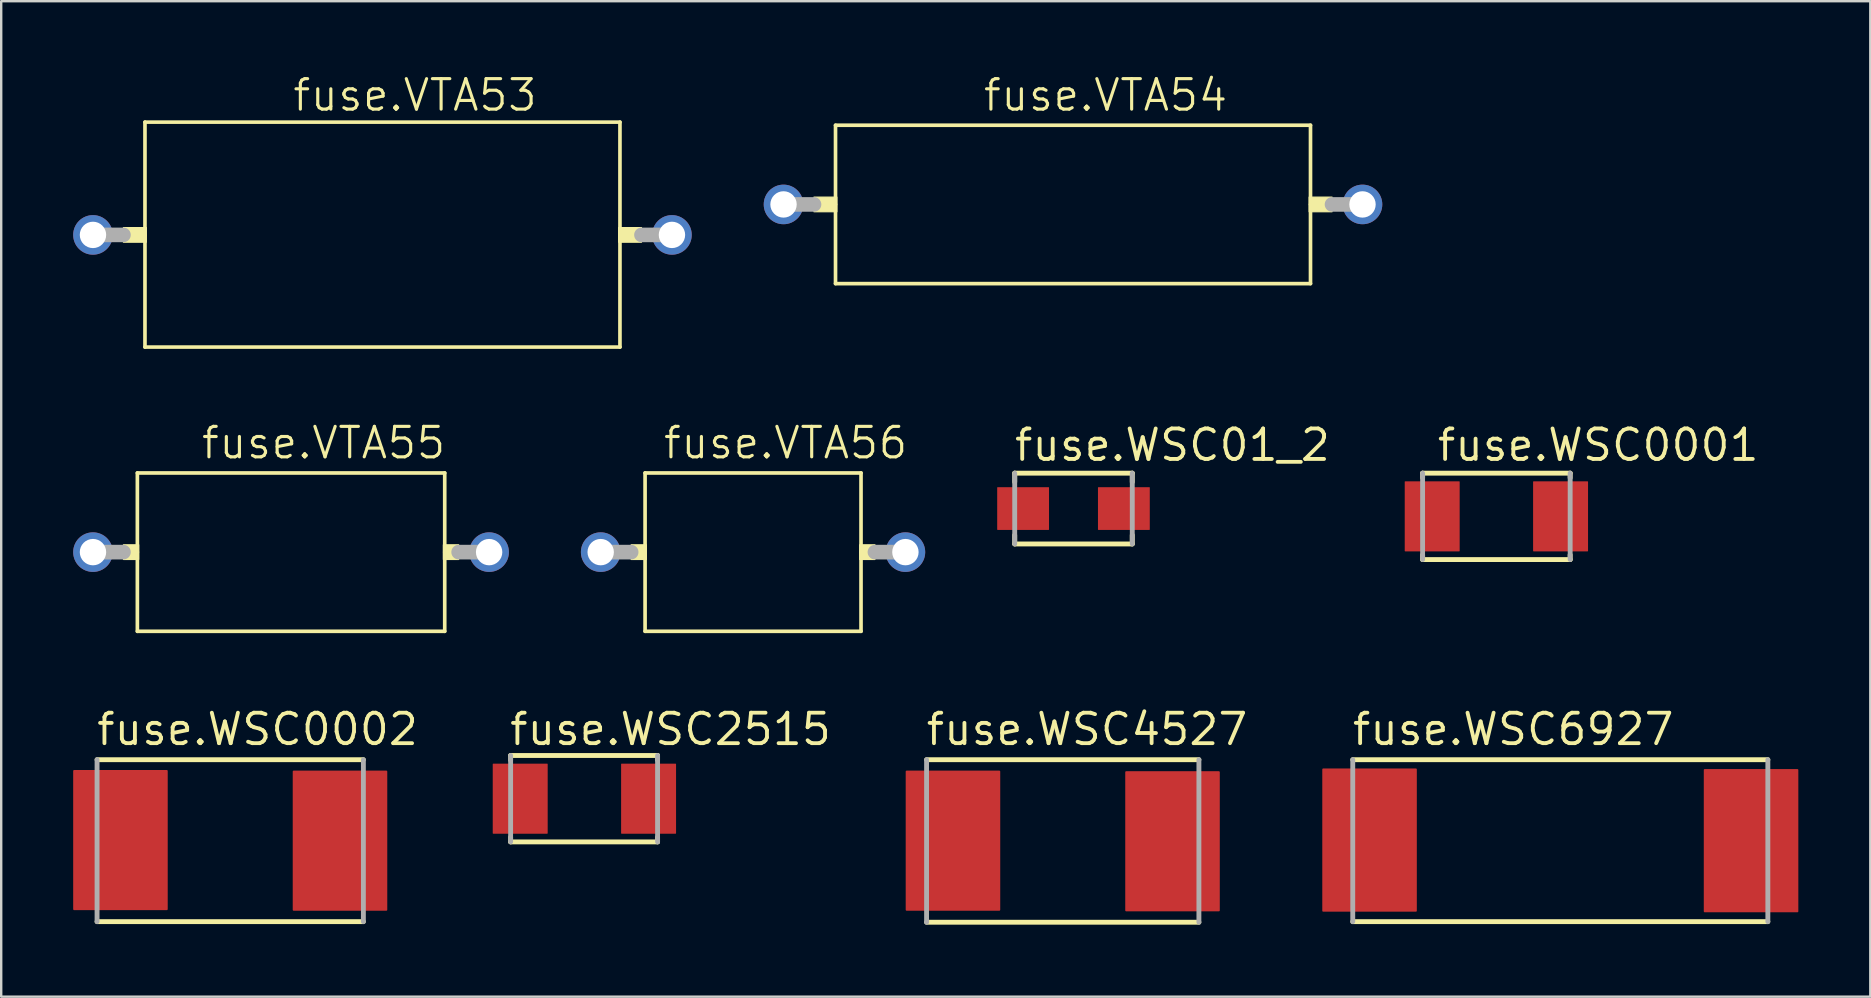
<source format=kicad_pcb>
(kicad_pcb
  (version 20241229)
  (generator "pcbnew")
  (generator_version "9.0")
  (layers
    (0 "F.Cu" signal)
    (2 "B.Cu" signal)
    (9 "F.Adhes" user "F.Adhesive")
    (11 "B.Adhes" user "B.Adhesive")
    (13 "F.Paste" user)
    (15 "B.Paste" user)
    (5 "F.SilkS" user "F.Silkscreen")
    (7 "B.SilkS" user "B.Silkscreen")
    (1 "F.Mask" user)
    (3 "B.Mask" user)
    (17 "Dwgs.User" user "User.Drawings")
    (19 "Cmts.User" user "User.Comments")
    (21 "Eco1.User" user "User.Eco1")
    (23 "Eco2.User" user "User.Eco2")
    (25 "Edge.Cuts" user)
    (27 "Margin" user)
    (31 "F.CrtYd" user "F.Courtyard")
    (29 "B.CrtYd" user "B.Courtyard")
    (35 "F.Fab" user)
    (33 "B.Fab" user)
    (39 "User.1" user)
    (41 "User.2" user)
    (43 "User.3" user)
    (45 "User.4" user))
  (footprint "fuse.VTA54"
    (layer "F.Cu")
    (at 41.67 5.47)
    (property "Reference" "fuse.VTA54" (at -3.81 -3.81 0) (layer "F.SilkS") (effects (font (size 1.27 1.27) (thickness 0.13)) (justify left bottom)))
    (attr through_hole)
    (fp_line (start -9.898 -3.3) (end -9.898 0) (stroke (width 0.152) (type default)) (layer "F.SilkS"))
    (fp_line (start -9.898 0) (end -9.898 3.3) (stroke (width 0.152) (type default)) (layer "F.SilkS"))
    (fp_line (start -9.898 3.3) (end 9.898 3.3) (stroke (width 0.152) (type default)) (layer "F.SilkS"))
    (fp_line (start 9.898 -3.3) (end -9.898 -3.3) (stroke (width 0.152) (type default)) (layer "F.SilkS"))
    (fp_line (start 9.898 0) (end 9.898 -3.3) (stroke (width 0.152) (type default)) (layer "F.SilkS"))
    (fp_line (start 9.898 3.3) (end 9.898 0) (stroke (width 0.152) (type default)) (layer "F.SilkS"))
    (fp_rect (start -10.795 0.305) (end -9.842 -0.305) (stroke (width 0.05) (type default)) (fill yes) (layer "F.SilkS"))
    (fp_rect (start 9.842 0.305) (end 10.795 -0.305) (stroke (width 0.05) (type default)) (fill yes) (layer "F.SilkS"))
    (fp_line (start -12.065 0) (end -10.795 0) (stroke (width 0.61) (type default)) (layer "F.Fab"))
    (fp_line (start 10.795 0) (end 12.065 0) (stroke (width 0.61) (type default)) (layer "F.Fab"))
    (pad "1" thru_hole circle (at -12.065 0) (size 1.65 1.65) (drill 1.1) (layers "*.Cu" "*.Mask"))
    (pad "2" thru_hole circle (at 12.065 0) (size 1.65 1.65) (drill 1.1) (layers "*.Cu" "*.Mask")))
  (footprint "fuse.WSC0001"
    (layer "F.Cu")
    (at 59.315 18.47)
    (property "Reference" "fuse.WSC0001" (at -2.544 -2.229 0) (layer "F.SilkS") (effects (font (size 1.27 1.27) (thickness 0.16)) (justify left bottom)))
    (attr smd)
    (fp_line (start -3.075 -1.8) (end -3.075 -1.606) (stroke (width 0.203) (type default)) (layer "F.SilkS"))
    (fp_line (start -3.075 1.606) (end -3.075 1.8) (stroke (width 0.203) (type default)) (layer "F.SilkS"))
    (fp_line (start -3.075 1.8) (end 3.075 1.8) (stroke (width 0.203) (type default)) (layer "F.SilkS"))
    (fp_line (start 3.075 -1.8) (end -3.075 -1.8) (stroke (width 0.203) (type default)) (layer "F.SilkS"))
    (fp_line (start 3.075 -1.606) (end 3.075 -1.8) (stroke (width 0.203) (type default)) (layer "F.SilkS"))
    (fp_line (start 3.075 1.8) (end 3.075 1.606) (stroke (width 0.203) (type default)) (layer "F.SilkS"))
    (fp_line (start -3.075 -1.8) (end -3.075 1.8) (stroke (width 0.203) (type default)) (layer "F.Fab"))
    (fp_line (start 3.075 1.8) (end 3.075 -1.8) (stroke (width 0.203) (type default)) (layer "F.Fab"))
    (pad "1" smd roundrect (at -2.675 0) (size 2.29 2.92) (layers "F.Cu" "F.Mask" "F.Paste") (roundrect_rratio 0.01))
    (pad "2" smd roundrect (at 2.675 0) (size 2.29 2.92) (layers "F.Cu" "F.Mask" "F.Paste") (roundrect_rratio 0.01)))
  (footprint "fuse.WSC6927"
    (layer "F.Cu")
    (at 61.979 31.987)
    (property "Reference" "fuse.WSC6927" (at -8.75 -3.9 0) (layer "F.SilkS") (effects (font (size 1.27 1.27) (thickness 0.16)) (justify left bottom)))
    (attr smd)
    (fp_line (start -8.65 3.375) (end 8.65 3.375) (stroke (width 0.203) (type default)) (layer "F.SilkS"))
    (fp_line (start 8.65 -3.375) (end -8.65 -3.375) (stroke (width 0.203) (type default)) (layer "F.SilkS"))
    (fp_line (start -8.65 -3.375) (end -8.65 3.375) (stroke (width 0.203) (type default)) (layer "F.Fab"))
    (fp_line (start 8.65 3.375) (end 8.65 -3.375) (stroke (width 0.203) (type default)) (layer "F.Fab"))
    (pad "1" smd roundrect (at -7.95 -0.025) (size 3.94 5.97) (layers "F.Cu" "F.Mask" "F.Paste") (roundrect_rratio 0.01))
    (pad "2" smd roundrect (at 7.95 0) (size 3.94 5.97) (layers "F.Cu" "F.Mask" "F.Paste") (roundrect_rratio 0.01)))
  (footprint "fuse.WSC0002"
    (layer "F.Cu")
    (at 6.545 31.987)
    (property "Reference" "fuse.WSC0002" (at -5.65 -3.9 0) (layer "F.SilkS") (effects (font (size 1.27 1.27) (thickness 0.16)) (justify left bottom)))
    (attr smd)
    (fp_line (start -5.55 3.375) (end 5.55 3.375) (stroke (width 0.203) (type default)) (layer "F.SilkS"))
    (fp_line (start 5.55 -3.375) (end -5.55 -3.375) (stroke (width 0.203) (type default)) (layer "F.SilkS"))
    (fp_line (start -5.55 -3.375) (end -5.55 3.375) (stroke (width 0.203) (type default)) (layer "F.Fab"))
    (fp_line (start 5.55 3.375) (end 5.55 -3.375) (stroke (width 0.203) (type default)) (layer "F.Fab"))
    (pad "1" smd roundrect (at -4.575 -0.025) (size 3.94 5.84) (layers "F.Cu" "F.Mask" "F.Paste") (roundrect_rratio 0.01))
    (pad "2" smd roundrect (at 4.575 0) (size 3.94 5.84) (layers "F.Cu" "F.Mask" "F.Paste") (roundrect_rratio 0.01)))
  (footprint "fuse.VTA56"
    (layer "F.Cu")
    (at 28.335 19.961)
    (property "Reference" "fuse.VTA56" (at -3.81 -3.81 0) (layer "F.SilkS") (effects (font (size 1.27 1.27) (thickness 0.13)) (justify left bottom)))
    (attr through_hole)
    (fp_line (start -4.5 -3.3) (end -4.5 0) (stroke (width 0.152) (type default)) (layer "F.SilkS"))
    (fp_line (start -4.5 0) (end -4.5 3.3) (stroke (width 0.152) (type default)) (layer "F.SilkS"))
    (fp_line (start -4.5 3.3) (end 4.5 3.3) (stroke (width 0.152) (type default)) (layer "F.SilkS"))
    (fp_line (start 4.5 -3.3) (end -4.5 -3.3) (stroke (width 0.152) (type default)) (layer "F.SilkS"))
    (fp_line (start 4.5 0) (end 4.5 -3.3) (stroke (width 0.152) (type default)) (layer "F.SilkS"))
    (fp_line (start 4.5 3.3) (end 4.5 0) (stroke (width 0.152) (type default)) (layer "F.SilkS"))
    (fp_rect (start -5.08 0.305) (end -4.445 -0.305) (stroke (width 0.05) (type default)) (fill yes) (layer "F.SilkS"))
    (fp_rect (start 4.445 0.305) (end 5.08 -0.305) (stroke (width 0.05) (type default)) (fill yes) (layer "F.SilkS"))
    (fp_line (start -6.35 0) (end -5.08 0) (stroke (width 0.61) (type default)) (layer "F.Fab"))
    (fp_line (start 5.08 0) (end 6.35 0) (stroke (width 0.61) (type default)) (layer "F.Fab"))
    (pad "1" thru_hole circle (at -6.35 0) (size 1.65 1.65) (drill 1.1) (layers "*.Cu" "*.Mask"))
    (pad "2" thru_hole circle (at 6.35 0) (size 1.65 1.65) (drill 1.1) (layers "*.Cu" "*.Mask")))
  (footprint "fuse.WSC2515"
    (layer "F.Cu")
    (at 21.306 30.237)
    (property "Reference" "fuse.WSC2515" (at -3.2 -2.15 0) (layer "F.SilkS") (effects (font (size 1.27 1.27) (thickness 0.16)) (justify left bottom)))
    (attr smd)
    (fp_line (start -3.075 -1.8) (end -3.075 -1.606) (stroke (width 0.203) (type default)) (layer "F.SilkS"))
    (fp_line (start -3.075 1.606) (end -3.075 1.8) (stroke (width 0.203) (type default)) (layer "F.SilkS"))
    (fp_line (start -3.075 1.8) (end 3.05 1.8) (stroke (width 0.203) (type default)) (layer "F.SilkS"))
    (fp_line (start 3.05 -1.8) (end -3.075 -1.8) (stroke (width 0.203) (type default)) (layer "F.SilkS"))
    (fp_line (start 3.05 -1.606) (end 3.05 -1.8) (stroke (width 0.203) (type default)) (layer "F.SilkS"))
    (fp_line (start 3.05 1.8) (end 3.05 1.606) (stroke (width 0.203) (type default)) (layer "F.SilkS"))
    (fp_line (start -3.075 -1.8) (end -3.075 1.8) (stroke (width 0.203) (type default)) (layer "F.Fab"))
    (fp_line (start 3.05 1.8) (end 3.05 -1.8) (stroke (width 0.203) (type default)) (layer "F.Fab"))
    (pad "1" smd roundrect (at -2.675 0) (size 2.29 2.92) (layers "F.Cu" "F.Mask" "F.Paste") (roundrect_rratio 0.01))
    (pad "2" smd roundrect (at 2.675 0) (size 2.29 2.92) (layers "F.Cu" "F.Mask" "F.Paste") (roundrect_rratio 0.01)))
  (footprint "fuse.VTA55"
    (layer "F.Cu")
    (at 9.08 19.961)
    (property "Reference" "fuse.VTA55" (at -3.81 -3.81 0) (layer "F.SilkS") (effects (font (size 1.27 1.27) (thickness 0.13)) (justify left bottom)))
    (attr through_hole)
    (fp_line (start -6.405 -3.3) (end -6.405 0) (stroke (width 0.152) (type default)) (layer "F.SilkS"))
    (fp_line (start -6.405 0) (end -6.405 3.3) (stroke (width 0.152) (type default)) (layer "F.SilkS"))
    (fp_line (start -6.405 3.3) (end 6.405 3.3) (stroke (width 0.152) (type default)) (layer "F.SilkS"))
    (fp_line (start 6.405 -3.3) (end -6.405 -3.3) (stroke (width 0.152) (type default)) (layer "F.SilkS"))
    (fp_line (start 6.405 0) (end 6.405 -3.3) (stroke (width 0.152) (type default)) (layer "F.SilkS"))
    (fp_line (start 6.405 3.3) (end 6.405 0) (stroke (width 0.152) (type default)) (layer "F.SilkS"))
    (fp_rect (start -6.985 0.305) (end -6.35 -0.305) (stroke (width 0.05) (type default)) (fill yes) (layer "F.SilkS"))
    (fp_rect (start 6.35 0.305) (end 6.985 -0.305) (stroke (width 0.05) (type default)) (fill yes) (layer "F.SilkS"))
    (fp_line (start -8.255 0) (end -6.985 0) (stroke (width 0.61) (type default)) (layer "F.Fab"))
    (fp_line (start 6.985 0) (end 8.255 0) (stroke (width 0.61) (type default)) (layer "F.Fab"))
    (pad "1" thru_hole circle (at -8.255 0) (size 1.65 1.65) (drill 1.1) (layers "*.Cu" "*.Mask"))
    (pad "2" thru_hole circle (at 8.255 0) (size 1.65 1.65) (drill 1.1) (layers "*.Cu" "*.Mask")))
  (footprint "fuse.WSC01_2"
    (layer "F.Cu")
    (at 41.69 18.145)
    (property "Reference" "fuse.WSC01_2" (at -2.544 -1.904 0) (layer "F.SilkS") (effects (font (size 1.27 1.27) (thickness 0.16)) (justify left bottom)))
    (attr smd)
    (fp_line (start -2.45 -1.475) (end -2.45 -1.106) (stroke (width 0.203) (type default)) (layer "F.SilkS"))
    (fp_line (start -2.45 1.106) (end -2.45 1.475) (stroke (width 0.203) (type default)) (layer "F.SilkS"))
    (fp_line (start -2.45 1.475) (end 2.45 1.475) (stroke (width 0.203) (type default)) (layer "F.SilkS"))
    (fp_line (start 2.45 -1.475) (end -2.45 -1.475) (stroke (width 0.203) (type default)) (layer "F.SilkS"))
    (fp_line (start 2.45 -1.106) (end 2.45 -1.475) (stroke (width 0.203) (type default)) (layer "F.SilkS"))
    (fp_line (start 2.45 1.475) (end 2.45 1.106) (stroke (width 0.203) (type default)) (layer "F.SilkS"))
    (fp_line (start -2.45 -1.475) (end -2.45 1.475) (stroke (width 0.203) (type default)) (layer "F.Fab"))
    (fp_line (start 2.45 1.475) (end 2.45 -1.475) (stroke (width 0.203) (type default)) (layer "F.Fab"))
    (pad "1" smd roundrect (at -2.1 0) (size 2.16 1.78) (layers "F.Cu" "F.Mask" "F.Paste") (roundrect_rratio 0.01))
    (pad "2" smd roundrect (at 2.1 0) (size 2.16 1.78) (layers "F.Cu" "F.Mask" "F.Paste") (roundrect_rratio 0.01)))
  (footprint "fuse.WSC4527"
    (layer "F.Cu")
    (at 41.242 32.012)
    (property "Reference" "fuse.WSC4527" (at -5.775 -3.925 0) (layer "F.SilkS") (effects (font (size 1.27 1.27) (thickness 0.16)) (justify left bottom)))
    (attr smd)
    (fp_line (start -5.675 3.375) (end 5.675 3.375) (stroke (width 0.203) (type default)) (layer "F.SilkS"))
    (fp_line (start 5.675 -3.4) (end -5.675 -3.4) (stroke (width 0.203) (type default)) (layer "F.SilkS"))
    (fp_line (start -5.675 -3.4) (end -5.675 3.375) (stroke (width 0.203) (type default)) (layer "F.Fab"))
    (fp_line (start 5.675 3.375) (end 5.675 -3.4) (stroke (width 0.203) (type default)) (layer "F.Fab"))
    (pad "1" smd roundrect (at -4.575 -0.025) (size 3.94 5.84) (layers "F.Cu" "F.Mask" "F.Paste") (roundrect_rratio 0.01))
    (pad "2" smd roundrect (at 4.575 0) (size 3.94 5.84) (layers "F.Cu" "F.Mask" "F.Paste") (roundrect_rratio 0.01)))
  (footprint "fuse.VTA53"
    (layer "F.Cu")
    (at 12.89 6.74)
    (property "Reference" "fuse.VTA53" (at -3.81 -5.08 0) (layer "F.SilkS") (effects (font (size 1.27 1.27) (thickness 0.13)) (justify left bottom)))
    (attr through_hole)
    (fp_line (start -9.898 -4.7) (end -9.898 0) (stroke (width 0.152) (type default)) (layer "F.SilkS"))
    (fp_line (start -9.898 0) (end -9.898 4.675) (stroke (width 0.152) (type default)) (layer "F.SilkS"))
    (fp_line (start -9.898 4.675) (end 9.898 4.675) (stroke (width 0.152) (type default)) (layer "F.SilkS"))
    (fp_line (start 9.898 -4.7) (end -9.898 -4.7) (stroke (width 0.152) (type default)) (layer "F.SilkS"))
    (fp_line (start 9.898 0) (end 9.898 -4.7) (stroke (width 0.152) (type default)) (layer "F.SilkS"))
    (fp_line (start 9.898 4.675) (end 9.898 0) (stroke (width 0.152) (type default)) (layer "F.SilkS"))
    (fp_rect (start -10.795 0.305) (end -9.842 -0.305) (stroke (width 0.05) (type default)) (fill yes) (layer "F.SilkS"))
    (fp_rect (start 9.842 0.305) (end 10.795 -0.305) (stroke (width 0.05) (type default)) (fill yes) (layer "F.SilkS"))
    (fp_line (start -12.065 0) (end -10.795 0) (stroke (width 0.61) (type default)) (layer "F.Fab"))
    (fp_line (start 10.795 0) (end 12.065 0) (stroke (width 0.61) (type default)) (layer "F.Fab"))
    (pad "1" thru_hole circle (at -12.065 0) (size 1.65 1.65) (drill 1.1) (layers "*.Cu" "*.Mask"))
    (pad "2" thru_hole circle (at 12.065 0) (size 1.65 1.65) (drill 1.1) (layers "*.Cu" "*.Mask")))
  (gr_rect
    (start -3 -3)
    (end 74.899 38.489)
    (stroke (width 0.1) (type default))
    (fill no)
    (layer "Edge.Cuts")))
</source>
